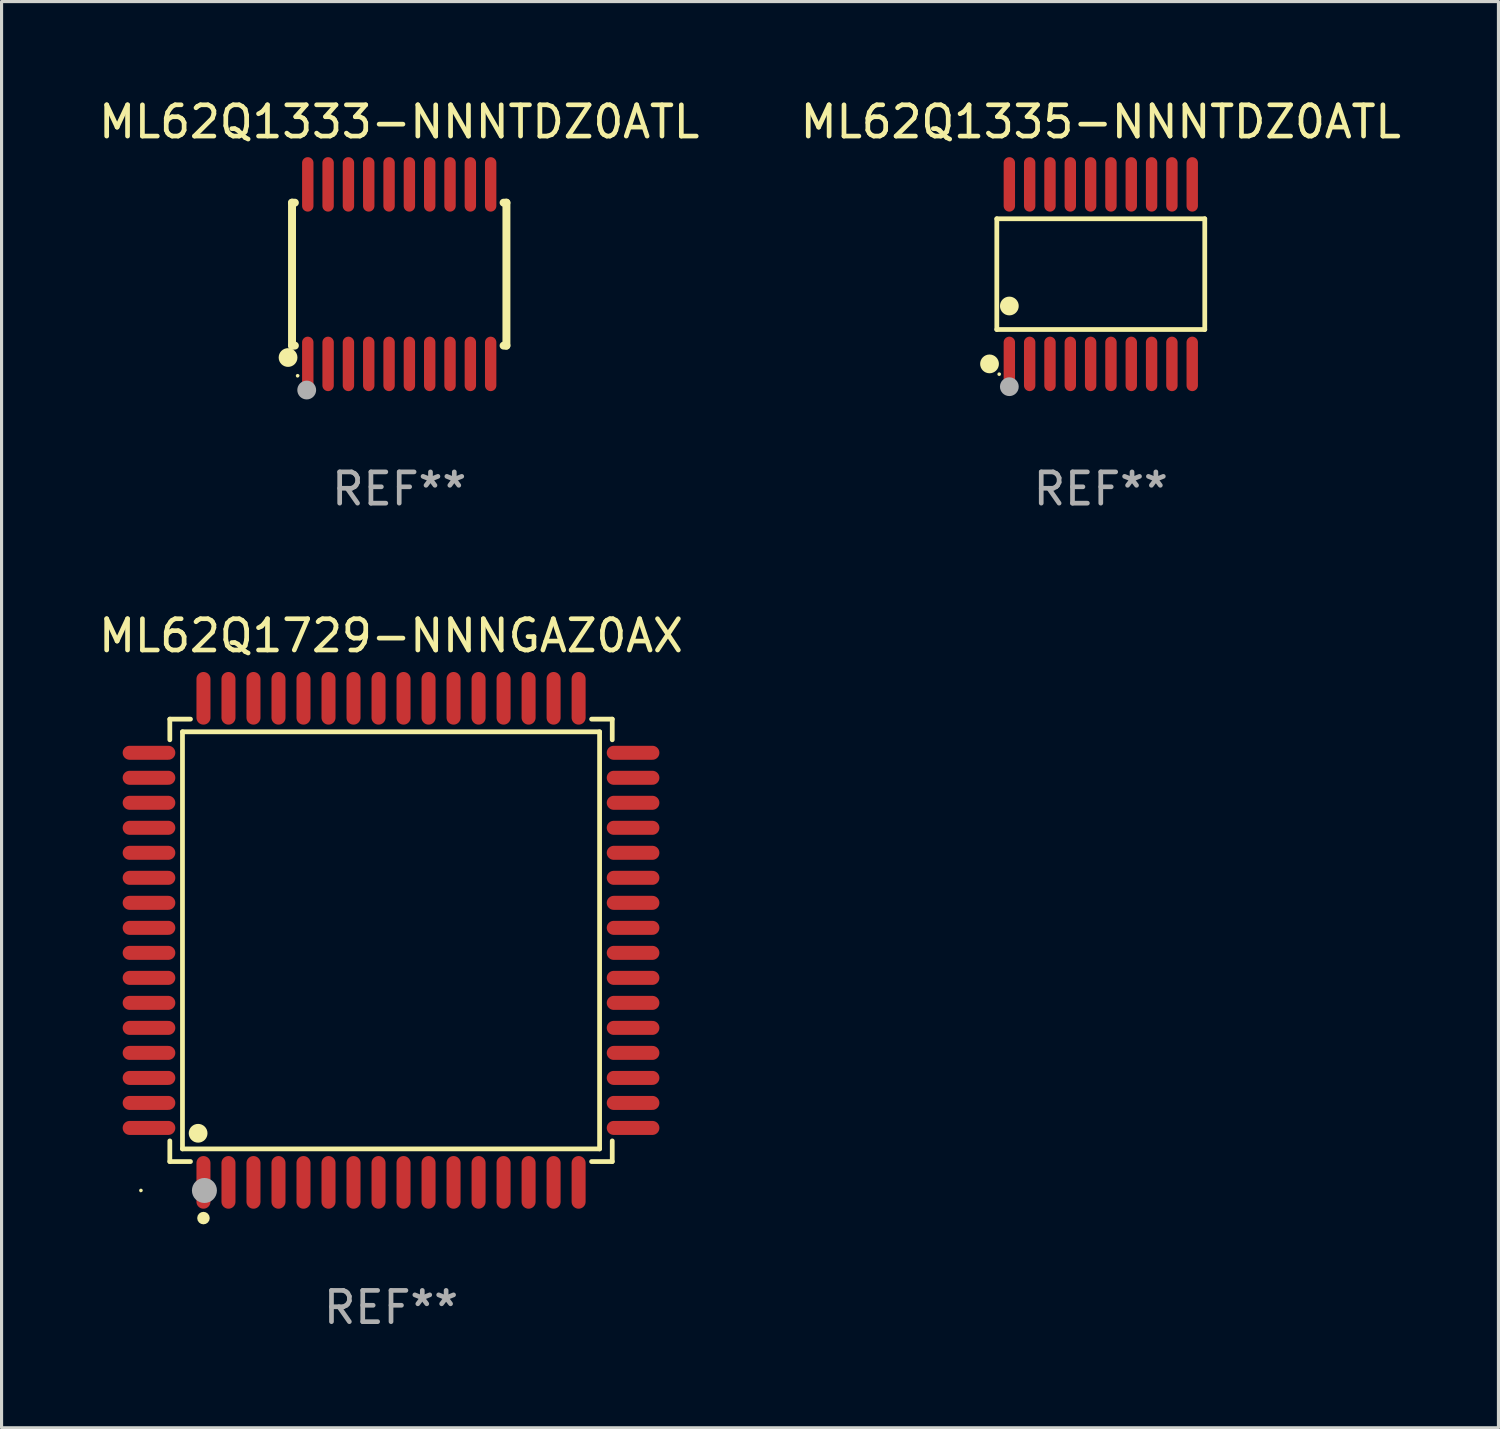
<source format=kicad_pcb>
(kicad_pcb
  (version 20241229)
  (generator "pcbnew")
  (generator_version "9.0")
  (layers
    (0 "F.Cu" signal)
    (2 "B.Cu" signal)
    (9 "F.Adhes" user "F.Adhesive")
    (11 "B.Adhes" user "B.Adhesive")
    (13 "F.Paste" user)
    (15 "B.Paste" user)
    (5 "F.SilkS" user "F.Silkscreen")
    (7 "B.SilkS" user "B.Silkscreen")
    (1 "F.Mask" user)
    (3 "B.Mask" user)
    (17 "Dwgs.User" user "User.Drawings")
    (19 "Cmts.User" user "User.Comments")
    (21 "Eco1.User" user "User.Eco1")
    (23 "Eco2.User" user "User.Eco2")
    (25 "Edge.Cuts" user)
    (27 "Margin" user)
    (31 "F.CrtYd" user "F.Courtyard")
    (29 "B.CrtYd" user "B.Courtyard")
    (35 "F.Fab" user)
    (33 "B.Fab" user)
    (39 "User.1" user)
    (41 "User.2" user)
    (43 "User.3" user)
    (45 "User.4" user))
  (footprint "ML62Q1729-NNNGAZ0AX"
    (layer "F.Cu")
    (at 9.458 27.029)
    (property "Reference" "ML62Q1729-NNNGAZ0AX" (at 0 -9.742 0) (layer "F.SilkS") (effects (font (size 1 1) (thickness 0.15))))
    (attr through_hole)
    (fp_line (start -7.076 -7.076) (end -6.415 -7.076) (stroke (width 0.152) (type solid)) (layer "F.SilkS"))
    (fp_line (start -7.076 -6.415) (end -7.076 -7.076) (stroke (width 0.152) (type solid)) (layer "F.SilkS"))
    (fp_line (start -7.076 6.415) (end -7.076 7.076) (stroke (width 0.152) (type solid)) (layer "F.SilkS"))
    (fp_line (start -7.076 7.076) (end -6.415 7.076) (stroke (width 0.152) (type solid)) (layer "F.SilkS"))
    (fp_line (start -6.671 -6.671) (end 6.671 -6.671) (stroke (width 0.152) (type solid)) (layer "F.SilkS"))
    (fp_line (start -6.671 6.671) (end -6.671 -6.671) (stroke (width 0.152) (type solid)) (layer "F.SilkS"))
    (fp_line (start 6.671 -6.671) (end 6.671 6.671) (stroke (width 0.152) (type solid)) (layer "F.SilkS"))
    (fp_line (start 6.671 6.671) (end -6.671 6.671) (stroke (width 0.152) (type solid)) (layer "F.SilkS"))
    (fp_line (start 7.076 -7.076) (end 6.415 -7.076) (stroke (width 0.152) (type solid)) (layer "F.SilkS"))
    (fp_line (start 7.076 -6.415) (end 7.076 -7.076) (stroke (width 0.152) (type solid)) (layer "F.SilkS"))
    (fp_line (start 7.076 6.415) (end 7.076 7.076) (stroke (width 0.152) (type solid)) (layer "F.SilkS"))
    (fp_line (start 7.076 7.076) (end 6.415 7.076) (stroke (width 0.152) (type solid)) (layer "F.SilkS"))
    (fp_circle (center -8 8) (end -7.97 8) (stroke (width 0.06) (type solid)) (fill no) (layer "F.SilkS"))
    (fp_circle (center -6.171 6.171) (end -6.021 6.171) (stroke (width 0.3) (type solid)) (fill no) (layer "F.SilkS"))
    (fp_circle (center -6 8.884) (end -5.9 8.884) (stroke (width 0.2) (type solid)) (fill no) (layer "F.SilkS"))
    (fp_circle (center -5.969 8.001) (end -5.769 8.001) (stroke (width 0.4) (type solid)) (fill no) (layer "F.Fab"))
    (fp_text user "REF**" (at 0 11.742 0) (layer "F.Fab") (effects (font (size 1 1) (thickness 0.15))))
    (pad "1" smd oval (at -6 7.742) (size 0.448 1.684) (layers "F.Cu" "F.Mask" "F.Paste"))
    (pad "2" smd oval (at -5.2 7.742) (size 0.448 1.684) (layers "F.Cu" "F.Mask" "F.Paste"))
    (pad "3" smd oval (at -4.4 7.742) (size 0.448 1.684) (layers "F.Cu" "F.Mask" "F.Paste"))
    (pad "4" smd oval (at -3.6 7.742) (size 0.448 1.684) (layers "F.Cu" "F.Mask" "F.Paste"))
    (pad "5" smd oval (at -2.8 7.742) (size 0.448 1.684) (layers "F.Cu" "F.Mask" "F.Paste"))
    (pad "6" smd oval (at -2 7.742) (size 0.448 1.684) (layers "F.Cu" "F.Mask" "F.Paste"))
    (pad "7" smd oval (at -1.2 7.742) (size 0.448 1.684) (layers "F.Cu" "F.Mask" "F.Paste"))
    (pad "8" smd oval (at -0.4 7.742) (size 0.448 1.684) (layers "F.Cu" "F.Mask" "F.Paste"))
    (pad "9" smd oval (at 0.4 7.742) (size 0.448 1.684) (layers "F.Cu" "F.Mask" "F.Paste"))
    (pad "10" smd oval (at 1.2 7.742) (size 0.448 1.684) (layers "F.Cu" "F.Mask" "F.Paste"))
    (pad "11" smd oval (at 2 7.742) (size 0.448 1.684) (layers "F.Cu" "F.Mask" "F.Paste"))
    (pad "12" smd oval (at 2.8 7.742) (size 0.448 1.684) (layers "F.Cu" "F.Mask" "F.Paste"))
    (pad "13" smd oval (at 3.6 7.742) (size 0.448 1.684) (layers "F.Cu" "F.Mask" "F.Paste"))
    (pad "14" smd oval (at 4.4 7.742) (size 0.448 1.684) (layers "F.Cu" "F.Mask" "F.Paste"))
    (pad "15" smd oval (at 5.2 7.742) (size 0.448 1.684) (layers "F.Cu" "F.Mask" "F.Paste"))
    (pad "16" smd oval (at 6 7.742) (size 0.448 1.684) (layers "F.Cu" "F.Mask" "F.Paste"))
    (pad "17" smd oval (at 7.742 6) (size 1.684 0.448) (layers "F.Cu" "F.Mask" "F.Paste"))
    (pad "18" smd oval (at 7.742 5.2) (size 1.684 0.448) (layers "F.Cu" "F.Mask" "F.Paste"))
    (pad "19" smd oval (at 7.742 4.4) (size 1.684 0.448) (layers "F.Cu" "F.Mask" "F.Paste"))
    (pad "20" smd oval (at 7.742 3.6) (size 1.684 0.448) (layers "F.Cu" "F.Mask" "F.Paste"))
    (pad "21" smd oval (at 7.742 2.8) (size 1.684 0.448) (layers "F.Cu" "F.Mask" "F.Paste"))
    (pad "22" smd oval (at 7.742 2) (size 1.684 0.448) (layers "F.Cu" "F.Mask" "F.Paste"))
    (pad "23" smd oval (at 7.742 1.2) (size 1.684 0.448) (layers "F.Cu" "F.Mask" "F.Paste"))
    (pad "24" smd oval (at 7.742 0.4) (size 1.684 0.448) (layers "F.Cu" "F.Mask" "F.Paste"))
    (pad "25" smd oval (at 7.742 -0.4) (size 1.684 0.448) (layers "F.Cu" "F.Mask" "F.Paste"))
    (pad "26" smd oval (at 7.742 -1.2) (size 1.684 0.448) (layers "F.Cu" "F.Mask" "F.Paste"))
    (pad "27" smd oval (at 7.742 -2) (size 1.684 0.448) (layers "F.Cu" "F.Mask" "F.Paste"))
    (pad "28" smd oval (at 7.742 -2.8) (size 1.684 0.448) (layers "F.Cu" "F.Mask" "F.Paste"))
    (pad "29" smd oval (at 7.742 -3.6) (size 1.684 0.448) (layers "F.Cu" "F.Mask" "F.Paste"))
    (pad "30" smd oval (at 7.742 -4.4) (size 1.684 0.448) (layers "F.Cu" "F.Mask" "F.Paste"))
    (pad "31" smd oval (at 7.742 -5.2) (size 1.684 0.448) (layers "F.Cu" "F.Mask" "F.Paste"))
    (pad "32" smd oval (at 7.742 -6) (size 1.684 0.448) (layers "F.Cu" "F.Mask" "F.Paste"))
    (pad "33" smd oval (at 6 -7.742) (size 0.448 1.684) (layers "F.Cu" "F.Mask" "F.Paste"))
    (pad "34" smd oval (at 5.2 -7.742) (size 0.448 1.684) (layers "F.Cu" "F.Mask" "F.Paste"))
    (pad "35" smd oval (at 4.4 -7.742) (size 0.448 1.684) (layers "F.Cu" "F.Mask" "F.Paste"))
    (pad "36" smd oval (at 3.6 -7.742) (size 0.448 1.684) (layers "F.Cu" "F.Mask" "F.Paste"))
    (pad "37" smd oval (at 2.8 -7.742) (size 0.448 1.684) (layers "F.Cu" "F.Mask" "F.Paste"))
    (pad "38" smd oval (at 2 -7.742) (size 0.448 1.684) (layers "F.Cu" "F.Mask" "F.Paste"))
    (pad "39" smd oval (at 1.2 -7.742) (size 0.448 1.684) (layers "F.Cu" "F.Mask" "F.Paste"))
    (pad "40" smd oval (at 0.4 -7.742) (size 0.448 1.684) (layers "F.Cu" "F.Mask" "F.Paste"))
    (pad "41" smd oval (at -0.4 -7.742) (size 0.448 1.684) (layers "F.Cu" "F.Mask" "F.Paste"))
    (pad "42" smd oval (at -1.2 -7.742) (size 0.448 1.684) (layers "F.Cu" "F.Mask" "F.Paste"))
    (pad "43" smd oval (at -2 -7.742) (size 0.448 1.684) (layers "F.Cu" "F.Mask" "F.Paste"))
    (pad "44" smd oval (at -2.8 -7.742) (size 0.448 1.684) (layers "F.Cu" "F.Mask" "F.Paste"))
    (pad "45" smd oval (at -3.6 -7.742) (size 0.448 1.684) (layers "F.Cu" "F.Mask" "F.Paste"))
    (pad "46" smd oval (at -4.4 -7.742) (size 0.448 1.684) (layers "F.Cu" "F.Mask" "F.Paste"))
    (pad "47" smd oval (at -5.2 -7.742) (size 0.448 1.684) (layers "F.Cu" "F.Mask" "F.Paste"))
    (pad "48" smd oval (at -6 -7.742) (size 0.448 1.684) (layers "F.Cu" "F.Mask" "F.Paste"))
    (pad "49" smd oval (at -7.742 -6) (size 1.684 0.448) (layers "F.Cu" "F.Mask" "F.Paste"))
    (pad "50" smd oval (at -7.742 -5.2) (size 1.684 0.448) (layers "F.Cu" "F.Mask" "F.Paste"))
    (pad "51" smd oval (at -7.742 -4.4) (size 1.684 0.448) (layers "F.Cu" "F.Mask" "F.Paste"))
    (pad "52" smd oval (at -7.742 -3.6) (size 1.684 0.448) (layers "F.Cu" "F.Mask" "F.Paste"))
    (pad "53" smd oval (at -7.742 -2.8) (size 1.684 0.448) (layers "F.Cu" "F.Mask" "F.Paste"))
    (pad "54" smd oval (at -7.742 -2) (size 1.684 0.448) (layers "F.Cu" "F.Mask" "F.Paste"))
    (pad "55" smd oval (at -7.742 -1.2) (size 1.684 0.448) (layers "F.Cu" "F.Mask" "F.Paste"))
    (pad "56" smd oval (at -7.742 -0.4) (size 1.684 0.448) (layers "F.Cu" "F.Mask" "F.Paste"))
    (pad "57" smd oval (at -7.742 0.4) (size 1.684 0.448) (layers "F.Cu" "F.Mask" "F.Paste"))
    (pad "58" smd oval (at -7.742 1.2) (size 1.684 0.448) (layers "F.Cu" "F.Mask" "F.Paste"))
    (pad "59" smd oval (at -7.742 2) (size 1.684 0.448) (layers "F.Cu" "F.Mask" "F.Paste"))
    (pad "60" smd oval (at -7.742 2.8) (size 1.684 0.448) (layers "F.Cu" "F.Mask" "F.Paste"))
    (pad "61" smd oval (at -7.742 3.6) (size 1.684 0.448) (layers "F.Cu" "F.Mask" "F.Paste"))
    (pad "62" smd oval (at -7.742 4.4) (size 1.684 0.448) (layers "F.Cu" "F.Mask" "F.Paste"))
    (pad "63" smd oval (at -7.742 5.2) (size 1.684 0.448) (layers "F.Cu" "F.Mask" "F.Paste"))
    (pad "64" smd oval (at -7.742 6) (size 1.684 0.448) (layers "F.Cu" "F.Mask" "F.Paste")))
  (footprint "ML62Q1333-NNNTDZ0ATL"
    (layer "F.Cu")
    (at 9.72 5.719)
    (property "Reference" "ML62Q1333-NNNTDZ0ATL" (at 0 -4.871 0) (layer "F.SilkS") (effects (font (size 1 1) (thickness 0.15))))
    (attr through_hole)
    (fp_line (start -3.429 -2.286) (end -3.429 2.286) (stroke (width 0.254) (type solid)) (layer "F.SilkS"))
    (fp_line (start -3.429 2.286) (end -3.338 2.286) (stroke (width 0.254) (type solid)) (layer "F.SilkS"))
    (fp_line (start -3.338 -2.286) (end -3.429 -2.286) (stroke (width 0.254) (type solid)) (layer "F.SilkS"))
    (fp_line (start 3.338 -2.286) (end 3.429 -2.286) (stroke (width 0.254) (type solid)) (layer "F.SilkS"))
    (fp_line (start 3.429 -2.286) (end 3.429 2.286) (stroke (width 0.254) (type solid)) (layer "F.SilkS"))
    (fp_line (start 3.429 2.286) (end 3.338 2.286) (stroke (width 0.254) (type solid)) (layer "F.SilkS"))
    (fp_circle (center -3.556 2.667) (end -3.406 2.667) (stroke (width 0.3) (type solid)) (fill no) (layer "F.SilkS"))
    (fp_circle (center -3.25 3.25) (end -3.22 3.25) (stroke (width 0.06) (type solid)) (fill no) (layer "F.SilkS"))
    (fp_circle (center -2.959 3.707) (end -2.808 3.707) (stroke (width 0.3) (type solid)) (fill no) (layer "F.Fab"))
    (fp_text user "REF**" (at 0 6.871 0) (layer "F.Fab") (effects (font (size 1 1) (thickness 0.15))))
    (pad "1" smd oval (at -2.925 2.871) (size 0.364 1.742) (layers "F.Cu" "F.Mask" "F.Paste"))
    (pad "2" smd oval (at -2.275 2.871) (size 0.364 1.742) (layers "F.Cu" "F.Mask" "F.Paste"))
    (pad "3" smd oval (at -1.625 2.871) (size 0.364 1.742) (layers "F.Cu" "F.Mask" "F.Paste"))
    (pad "4" smd oval (at -0.975 2.871) (size 0.364 1.742) (layers "F.Cu" "F.Mask" "F.Paste"))
    (pad "5" smd oval (at -0.325 2.871) (size 0.364 1.742) (layers "F.Cu" "F.Mask" "F.Paste"))
    (pad "6" smd oval (at 0.325 2.871) (size 0.364 1.742) (layers "F.Cu" "F.Mask" "F.Paste"))
    (pad "7" smd oval (at 0.975 2.871) (size 0.364 1.742) (layers "F.Cu" "F.Mask" "F.Paste"))
    (pad "8" smd oval (at 1.625 2.871) (size 0.364 1.742) (layers "F.Cu" "F.Mask" "F.Paste"))
    (pad "9" smd oval (at 2.275 2.871) (size 0.364 1.742) (layers "F.Cu" "F.Mask" "F.Paste"))
    (pad "10" smd oval (at 2.925 2.871) (size 0.364 1.742) (layers "F.Cu" "F.Mask" "F.Paste"))
    (pad "11" smd oval (at 2.925 -2.871) (size 0.364 1.742) (layers "F.Cu" "F.Mask" "F.Paste"))
    (pad "12" smd oval (at 2.275 -2.871) (size 0.364 1.742) (layers "F.Cu" "F.Mask" "F.Paste"))
    (pad "13" smd oval (at 1.625 -2.871) (size 0.364 1.742) (layers "F.Cu" "F.Mask" "F.Paste"))
    (pad "14" smd oval (at 0.975 -2.871) (size 0.364 1.742) (layers "F.Cu" "F.Mask" "F.Paste"))
    (pad "15" smd oval (at 0.325 -2.871) (size 0.364 1.742) (layers "F.Cu" "F.Mask" "F.Paste"))
    (pad "16" smd oval (at -0.325 -2.871) (size 0.364 1.742) (layers "F.Cu" "F.Mask" "F.Paste"))
    (pad "17" smd oval (at -0.975 -2.871) (size 0.364 1.742) (layers "F.Cu" "F.Mask" "F.Paste"))
    (pad "18" smd oval (at -1.625 -2.871) (size 0.364 1.742) (layers "F.Cu" "F.Mask" "F.Paste"))
    (pad "19" smd oval (at -2.275 -2.871) (size 0.364 1.742) (layers "F.Cu" "F.Mask" "F.Paste"))
    (pad "20" smd oval (at -2.925 -2.871) (size 0.364 1.742) (layers "F.Cu" "F.Mask" "F.Paste")))
  (footprint "ML62Q1335-NNNTDZ0ATL"
    (layer "F.Cu")
    (at 32.161 5.719)
    (property "Reference" "ML62Q1335-NNNTDZ0ATL" (at 0 -4.871 0) (layer "F.SilkS") (effects (font (size 1 1) (thickness 0.15))))
    (attr through_hole)
    (fp_line (start -3.326 -1.771) (end 3.326 -1.771) (stroke (width 0.152) (type solid)) (layer "F.SilkS"))
    (fp_line (start -3.326 1.771) (end -3.326 -1.771) (stroke (width 0.152) (type solid)) (layer "F.SilkS"))
    (fp_line (start 3.326 -1.771) (end 3.326 1.771) (stroke (width 0.152) (type solid)) (layer "F.SilkS"))
    (fp_line (start 3.326 1.771) (end -3.326 1.771) (stroke (width 0.152) (type solid)) (layer "F.SilkS"))
    (fp_circle (center -3.559 2.871) (end -3.409 2.871) (stroke (width 0.3) (type solid)) (fill no) (layer "F.SilkS"))
    (fp_circle (center -3.25 3.2) (end -3.22 3.2) (stroke (width 0.06) (type solid)) (fill no) (layer "F.SilkS"))
    (fp_circle (center -2.925 1.019) (end -2.775 1.019) (stroke (width 0.3) (type solid)) (fill no) (layer "F.SilkS"))
    (fp_circle (center -2.925 3.6) (end -2.775 3.6) (stroke (width 0.3) (type solid)) (fill no) (layer "F.Fab"))
    (fp_text user "REF**" (at 0 6.871 0) (layer "F.Fab") (effects (font (size 1 1) (thickness 0.15))))
    (pad "1" smd oval (at -2.925 2.871) (size 0.364 1.742) (layers "F.Cu" "F.Mask" "F.Paste"))
    (pad "2" smd oval (at -2.275 2.871) (size 0.364 1.742) (layers "F.Cu" "F.Mask" "F.Paste"))
    (pad "3" smd oval (at -1.625 2.871) (size 0.364 1.742) (layers "F.Cu" "F.Mask" "F.Paste"))
    (pad "4" smd oval (at -0.975 2.871) (size 0.364 1.742) (layers "F.Cu" "F.Mask" "F.Paste"))
    (pad "5" smd oval (at -0.325 2.871) (size 0.364 1.742) (layers "F.Cu" "F.Mask" "F.Paste"))
    (pad "6" smd oval (at 0.325 2.871) (size 0.364 1.742) (layers "F.Cu" "F.Mask" "F.Paste"))
    (pad "7" smd oval (at 0.975 2.871) (size 0.364 1.742) (layers "F.Cu" "F.Mask" "F.Paste"))
    (pad "8" smd oval (at 1.625 2.871) (size 0.364 1.742) (layers "F.Cu" "F.Mask" "F.Paste"))
    (pad "9" smd oval (at 2.275 2.871) (size 0.364 1.742) (layers "F.Cu" "F.Mask" "F.Paste"))
    (pad "10" smd oval (at 2.925 2.871) (size 0.364 1.742) (layers "F.Cu" "F.Mask" "F.Paste"))
    (pad "11" smd oval (at 2.925 -2.871) (size 0.364 1.742) (layers "F.Cu" "F.Mask" "F.Paste"))
    (pad "12" smd oval (at 2.275 -2.871) (size 0.364 1.742) (layers "F.Cu" "F.Mask" "F.Paste"))
    (pad "13" smd oval (at 1.625 -2.871) (size 0.364 1.742) (layers "F.Cu" "F.Mask" "F.Paste"))
    (pad "14" smd oval (at 0.975 -2.871) (size 0.364 1.742) (layers "F.Cu" "F.Mask" "F.Paste"))
    (pad "15" smd oval (at 0.325 -2.871) (size 0.364 1.742) (layers "F.Cu" "F.Mask" "F.Paste"))
    (pad "16" smd oval (at -0.325 -2.871) (size 0.364 1.742) (layers "F.Cu" "F.Mask" "F.Paste"))
    (pad "17" smd oval (at -0.975 -2.871) (size 0.364 1.742) (layers "F.Cu" "F.Mask" "F.Paste"))
    (pad "18" smd oval (at -1.625 -2.871) (size 0.364 1.742) (layers "F.Cu" "F.Mask" "F.Paste"))
    (pad "19" smd oval (at -2.275 -2.871) (size 0.364 1.742) (layers "F.Cu" "F.Mask" "F.Paste"))
    (pad "20" smd oval (at -2.925 -2.871) (size 0.364 1.742) (layers "F.Cu" "F.Mask" "F.Paste")))
  (gr_rect
    (start -3 -3)
    (end 44.881 42.619)
    (stroke (width 0.1) (type default))
    (fill no)
    (layer "Edge.Cuts")))
</source>
